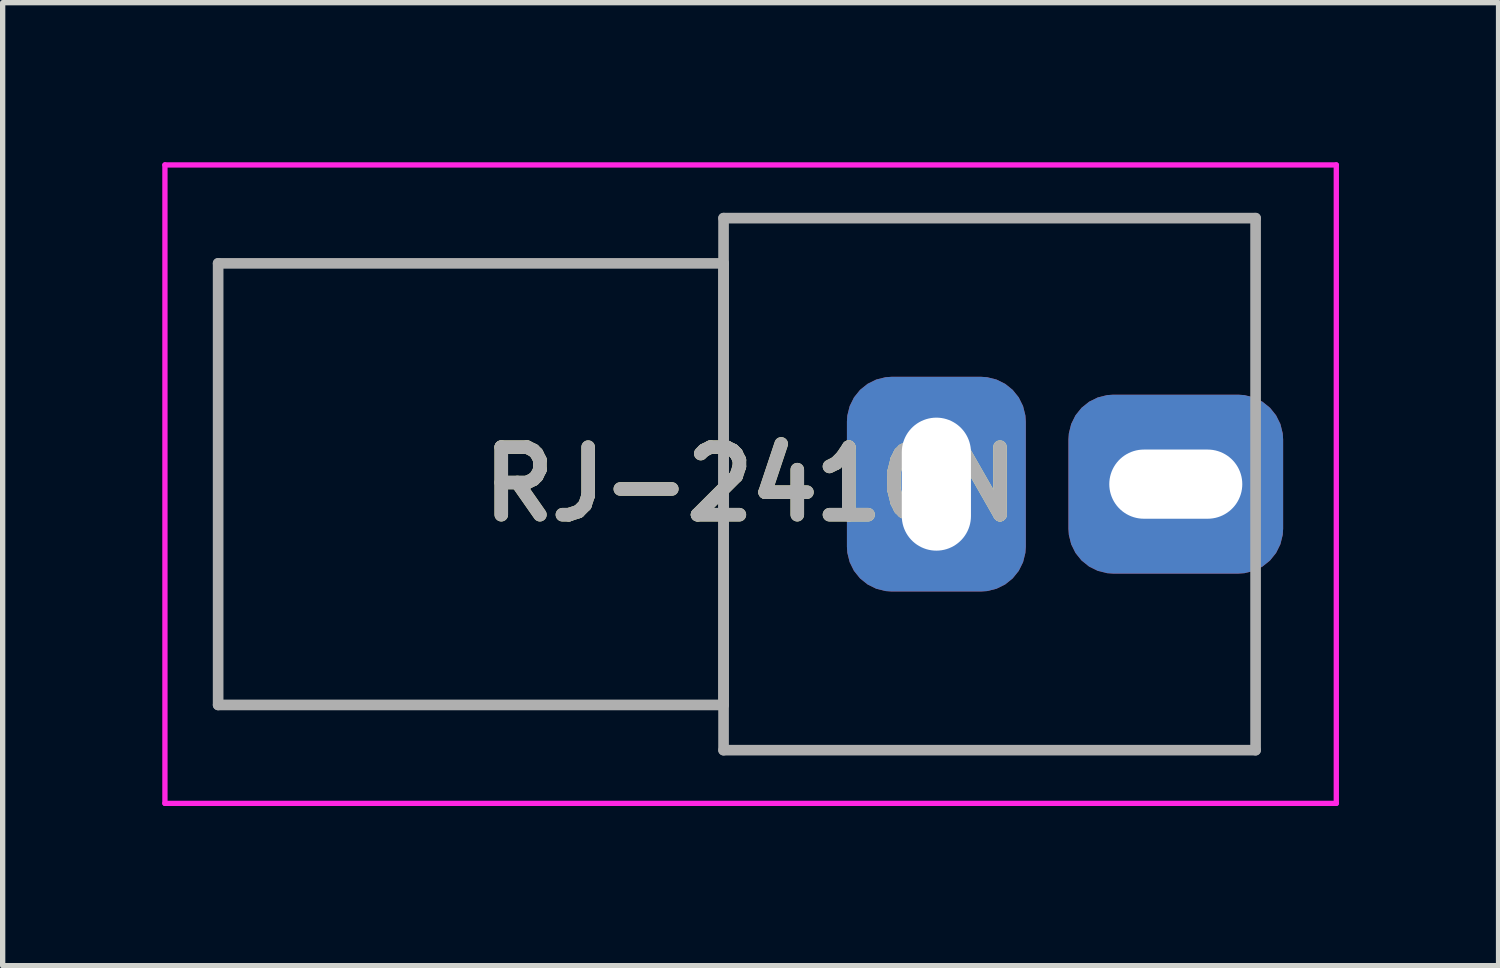
<source format=kicad_pcb>
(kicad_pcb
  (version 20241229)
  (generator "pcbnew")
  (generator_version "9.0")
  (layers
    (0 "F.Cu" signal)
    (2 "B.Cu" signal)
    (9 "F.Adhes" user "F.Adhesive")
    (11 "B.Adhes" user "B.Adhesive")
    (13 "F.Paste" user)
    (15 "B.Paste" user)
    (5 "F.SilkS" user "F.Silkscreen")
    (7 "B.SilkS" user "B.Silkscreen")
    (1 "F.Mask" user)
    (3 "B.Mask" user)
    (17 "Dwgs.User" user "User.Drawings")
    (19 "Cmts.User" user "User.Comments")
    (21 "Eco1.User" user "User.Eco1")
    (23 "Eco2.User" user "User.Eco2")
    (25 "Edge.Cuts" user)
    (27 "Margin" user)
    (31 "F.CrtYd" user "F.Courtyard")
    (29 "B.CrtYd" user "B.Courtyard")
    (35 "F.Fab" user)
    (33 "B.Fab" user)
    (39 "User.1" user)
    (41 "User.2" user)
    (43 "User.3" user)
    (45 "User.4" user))
  (footprint "RJ-2410N"
    (layer "F.Cu")
    (at 14.55 6.05)
    (property "Reference" "RJ-2410N" (at -3.491 0 0) (layer "F.SilkS") (effects (font (size 1.27 1.27) (thickness 0.254))))
    (attr through_hole)
    (fp_line (start -4 -5) (end -4 -5) (stroke (width 0.1) (type solid)) (layer "F.SilkS"))
    (fp_line (start -4 -5) (end -4 -5) (stroke (width 0.1) (type solid)) (layer "F.SilkS"))
    (fp_line (start -4 -5) (end -4 5) (stroke (width 0.1) (type solid)) (layer "F.SilkS"))
    (fp_line (start -4 -5) (end 6 -5) (stroke (width 0.1) (type solid)) (layer "F.SilkS"))
    (fp_line (start -4 5) (end -4 -5) (stroke (width 0.1) (type solid)) (layer "F.SilkS"))
    (fp_line (start -4 5) (end -4 5) (stroke (width 0.1) (type solid)) (layer "F.SilkS"))
    (fp_line (start -4 5) (end -4 5) (stroke (width 0.1) (type solid)) (layer "F.SilkS"))
    (fp_line (start -4 5) (end 6 5) (stroke (width 0.1) (type solid)) (layer "F.SilkS"))
    (fp_line (start 6 -5) (end -4 -5) (stroke (width 0.1) (type solid)) (layer "F.SilkS"))
    (fp_line (start 6 -5) (end 6 -5) (stroke (width 0.1) (type solid)) (layer "F.SilkS"))
    (fp_line (start 6 5) (end -4 5) (stroke (width 0.1) (type solid)) (layer "F.SilkS"))
    (fp_line (start 6 5) (end 6 5) (stroke (width 0.1) (type solid)) (layer "F.SilkS"))
    (fp_line (start -14.5 -6) (end 7.517 -6) (stroke (width 0.1) (type solid)) (layer "F.CrtYd"))
    (fp_line (start -14.5 6) (end -14.5 -6) (stroke (width 0.1) (type solid)) (layer "F.CrtYd"))
    (fp_line (start 7.517 -6) (end 7.517 6) (stroke (width 0.1) (type solid)) (layer "F.CrtYd"))
    (fp_line (start 7.517 6) (end -14.5 6) (stroke (width 0.1) (type solid)) (layer "F.CrtYd"))
    (fp_line (start -13.5 -4.15) (end -4 -4.15) (stroke (width 0.2) (type solid)) (layer "F.Fab"))
    (fp_line (start -13.5 4.15) (end -13.5 -4.15) (stroke (width 0.2) (type solid)) (layer "F.Fab"))
    (fp_line (start -4 -5) (end -4 5) (stroke (width 0.2) (type solid)) (layer "F.Fab"))
    (fp_line (start -4 -4.15) (end -4 4.15) (stroke (width 0.2) (type solid)) (layer "F.Fab"))
    (fp_line (start -4 4.15) (end -13.5 4.15) (stroke (width 0.2) (type solid)) (layer "F.Fab"))
    (fp_line (start -4 5) (end 6 5) (stroke (width 0.2) (type solid)) (layer "F.Fab"))
    (fp_line (start 6 -5) (end -4 -5) (stroke (width 0.2) (type solid)) (layer "F.Fab"))
    (fp_line (start 6 5) (end 6 -5) (stroke (width 0.2) (type solid)) (layer "F.Fab"))
    (fp_text user "${REFERENCE}" (at -3.491 0 0) (layer "F.Fab") (effects (font (size 1.27 1.27) (thickness 0.254))))
    (pad "1" thru_hole roundrect (at 0 0) (size 3.362 4.035) (drill oval 1.3 2.5) (layers "*.Cu" "*.Mask") (roundrect_rratio 0.25))
    (pad "2" thru_hole roundrect (at 4.5 0) (size 4.035 3.362) (drill oval 2.5 1.3) (layers "*.Cu" "*.Mask") (roundrect_rratio 0.25)))
  (gr_rect
    (start -3 -3)
    (end 25.117 15.1)
    (stroke (width 0.1) (type default))
    (fill no)
    (layer "Edge.Cuts")))
</source>
